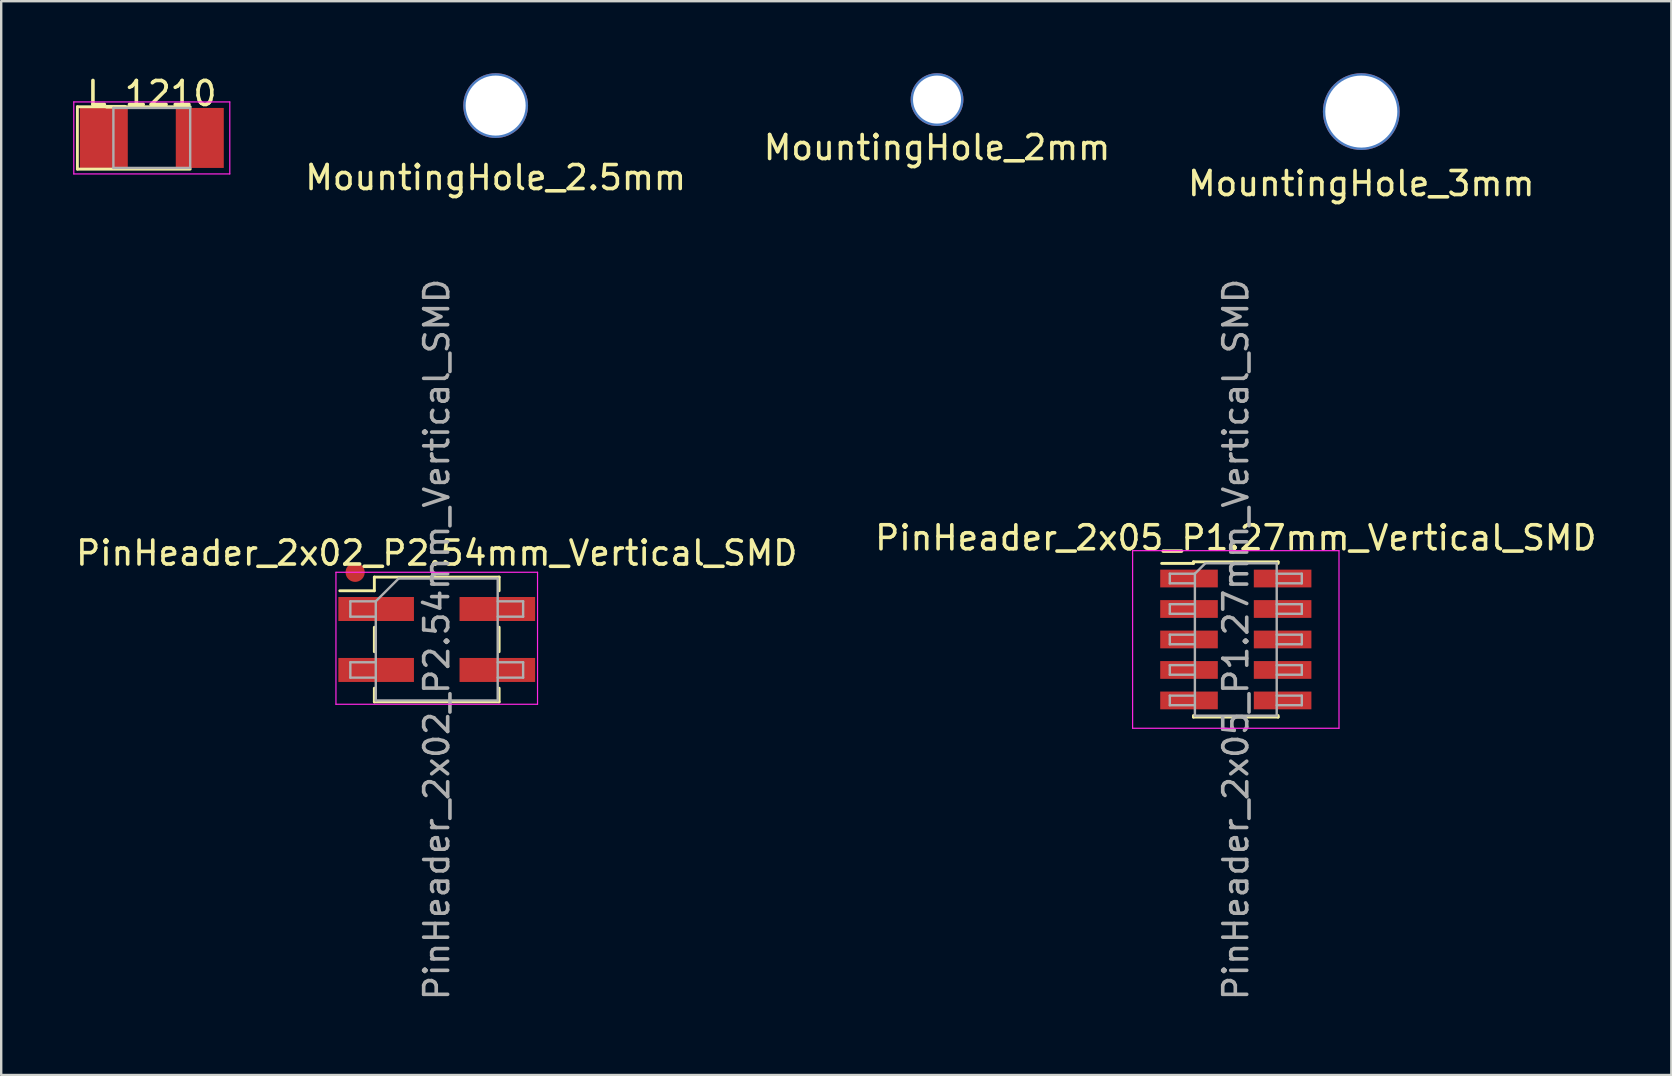
<source format=kicad_pcb>
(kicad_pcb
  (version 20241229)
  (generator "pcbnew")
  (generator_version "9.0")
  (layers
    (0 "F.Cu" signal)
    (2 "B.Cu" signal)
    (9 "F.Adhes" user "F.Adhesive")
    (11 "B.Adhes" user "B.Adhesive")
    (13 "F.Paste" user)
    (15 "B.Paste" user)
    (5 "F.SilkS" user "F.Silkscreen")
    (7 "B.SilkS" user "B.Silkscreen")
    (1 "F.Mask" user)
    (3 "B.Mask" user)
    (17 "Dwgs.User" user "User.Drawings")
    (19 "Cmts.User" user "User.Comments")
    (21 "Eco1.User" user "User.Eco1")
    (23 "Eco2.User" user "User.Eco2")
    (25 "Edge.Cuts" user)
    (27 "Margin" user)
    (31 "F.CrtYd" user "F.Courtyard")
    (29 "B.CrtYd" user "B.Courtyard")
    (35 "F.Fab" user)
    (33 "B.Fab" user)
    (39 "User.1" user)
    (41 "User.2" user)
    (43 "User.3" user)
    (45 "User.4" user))
  (footprint "MountingHole_3mm"
    (layer "F.Cu")
    (at 53.675 1.6)
    (property "Reference" "MountingHole_3mm" (at 0 3 0) (layer "F.SilkS") (effects (font (size 1 1) (thickness 0.15))))
    (attr through_hole)
    (pad "" thru_hole circle (at 0 0) (size 3.2 3.2) (drill 3) (layers "*.Cu" "*.Mask")))
  (footprint "MountingHole_2mm"
    (layer "F.Cu")
    (at 35.996 1.1)
    (property "Reference" "MountingHole_2mm" (at 0 2 0) (layer "F.SilkS") (effects (font (size 1 1) (thickness 0.15))))
    (attr through_hole)
    (pad "" thru_hole circle (at 0 0) (size 2.2 2.2) (drill 2) (layers "*.Cu" "*.Mask")))
  (footprint "PinHeader_2x02_P2.54mm_Vertical_SMD"
    (layer "F.Cu")
    (at 15.149 23.597)
    (property "Reference" "PinHeader_2x02_P2.54mm_Vertical_SMD" (at 0 -3.6 0) (layer "F.SilkS") (effects (font (size 1 1) (thickness 0.15))))
    (attr smd)
    (fp_circle (center -3.4 -2.8) (end -3.1 -2.8) (stroke (width 0.2) (type solid)) (fill yes) (layer "F.Cu"))
    (fp_line (start -4.04 -2.03) (end -2.6 -2.03) (stroke (width 0.12) (type solid)) (layer "F.SilkS"))
    (fp_line (start -2.6 -2.6) (end -2.6 -2.03) (stroke (width 0.12) (type solid)) (layer "F.SilkS"))
    (fp_line (start -2.6 -2.6) (end 2.6 -2.6) (stroke (width 0.12) (type solid)) (layer "F.SilkS"))
    (fp_line (start -2.6 -0.51) (end -2.6 0.51) (stroke (width 0.12) (type solid)) (layer "F.SilkS"))
    (fp_line (start -2.6 2.03) (end -2.6 2.6) (stroke (width 0.12) (type solid)) (layer "F.SilkS"))
    (fp_line (start -2.6 2.6) (end 2.6 2.6) (stroke (width 0.12) (type solid)) (layer "F.SilkS"))
    (fp_line (start 2.6 -2.6) (end 2.6 -2.03) (stroke (width 0.12) (type solid)) (layer "F.SilkS"))
    (fp_line (start 2.6 -0.51) (end 2.6 0.51) (stroke (width 0.12) (type solid)) (layer "F.SilkS"))
    (fp_line (start 2.6 2.03) (end 2.6 2.6) (stroke (width 0.12) (type solid)) (layer "F.SilkS"))
    (fp_line (start -4.2 -2.8) (end -4.2 2.7) (stroke (width 0.05) (type solid)) (layer "F.CrtYd"))
    (fp_line (start -4.2 2.7) (end 4.2 2.7) (stroke (width 0.05) (type solid)) (layer "F.CrtYd"))
    (fp_line (start 4.2 -2.8) (end -4.2 -2.8) (stroke (width 0.05) (type solid)) (layer "F.CrtYd"))
    (fp_line (start 4.2 2.7) (end 4.2 -2.8) (stroke (width 0.05) (type solid)) (layer "F.CrtYd"))
    (fp_line (start -3.6 -1.59) (end -3.6 -0.95) (stroke (width 0.1) (type solid)) (layer "F.Fab"))
    (fp_line (start -3.6 -0.95) (end -2.54 -0.95) (stroke (width 0.1) (type solid)) (layer "F.Fab"))
    (fp_line (start -3.6 0.95) (end -3.6 1.59) (stroke (width 0.1) (type solid)) (layer "F.Fab"))
    (fp_line (start -3.6 1.59) (end -2.54 1.59) (stroke (width 0.1) (type solid)) (layer "F.Fab"))
    (fp_line (start -2.54 -1.59) (end -3.6 -1.59) (stroke (width 0.1) (type solid)) (layer "F.Fab"))
    (fp_line (start -2.54 -1.59) (end -1.59 -2.54) (stroke (width 0.1) (type solid)) (layer "F.Fab"))
    (fp_line (start -2.54 0.95) (end -3.6 0.95) (stroke (width 0.1) (type solid)) (layer "F.Fab"))
    (fp_line (start -2.54 2.54) (end -2.54 -1.59) (stroke (width 0.1) (type solid)) (layer "F.Fab"))
    (fp_line (start -1.59 -2.54) (end 2.54 -2.54) (stroke (width 0.1) (type solid)) (layer "F.Fab"))
    (fp_line (start 2.54 -2.54) (end 2.54 2.54) (stroke (width 0.1) (type solid)) (layer "F.Fab"))
    (fp_line (start 2.54 -1.59) (end 3.6 -1.59) (stroke (width 0.1) (type solid)) (layer "F.Fab"))
    (fp_line (start 2.54 0.95) (end 3.6 0.95) (stroke (width 0.1) (type solid)) (layer "F.Fab"))
    (fp_line (start 2.54 2.54) (end -2.54 2.54) (stroke (width 0.1) (type solid)) (layer "F.Fab"))
    (fp_line (start 3.6 -1.59) (end 3.6 -0.95) (stroke (width 0.1) (type solid)) (layer "F.Fab"))
    (fp_line (start 3.6 -0.95) (end 2.54 -0.95) (stroke (width 0.1) (type solid)) (layer "F.Fab"))
    (fp_line (start 3.6 0.95) (end 3.6 1.59) (stroke (width 0.1) (type solid)) (layer "F.Fab"))
    (fp_line (start 3.6 1.59) (end 2.54 1.59) (stroke (width 0.1) (type solid)) (layer "F.Fab"))
    (fp_text user "${REFERENCE}" (at 0 0 90) (layer "F.Fab") (effects (font (size 1 1) (thickness 0.15))))
    (pad "1" smd rect (at -2.525 -1.27) (size 3.15 1) (layers "F.Cu" "F.Mask" "F.Paste"))
    (pad "2" smd rect (at 2.525 -1.27) (size 3.15 1) (layers "F.Cu" "F.Mask" "F.Paste"))
    (pad "3" smd rect (at -2.525 1.27) (size 3.15 1) (layers "F.Cu" "F.Mask" "F.Paste"))
    (pad "4" smd rect (at 2.525 1.27) (size 3.15 1) (layers "F.Cu" "F.Mask" "F.Paste")))
  (footprint "L_1210"
    (layer "F.Cu")
    (at 3.275 2.698)
    (property "Reference" "L_1210" (at 0 -1.85 0) (layer "F.SilkS") (effects (font (size 1 1) (thickness 0.15))))
    (attr smd)
    (fp_line (start -3.1 -1.3) (end -3.1 1.3) (stroke (width 0.12) (type solid)) (layer "F.SilkS"))
    (fp_line (start -3.1 -1.3) (end 1.6 -1.3) (stroke (width 0.12) (type solid)) (layer "F.SilkS"))
    (fp_line (start -3.1 1.3) (end 1.6 1.3) (stroke (width 0.12) (type solid)) (layer "F.SilkS"))
    (fp_line (start -3.25 -1.5) (end -3.25 1.5) (stroke (width 0.05) (type solid)) (layer "F.CrtYd"))
    (fp_line (start -3.25 -1.5) (end 3.25 -1.5) (stroke (width 0.05) (type solid)) (layer "F.CrtYd"))
    (fp_line (start 3.25 1.5) (end -3.25 1.5) (stroke (width 0.05) (type solid)) (layer "F.CrtYd"))
    (fp_line (start 3.25 1.5) (end 3.25 -1.5) (stroke (width 0.05) (type solid)) (layer "F.CrtYd"))
    (fp_line (start -1.6 -1.25) (end 1.6 -1.25) (stroke (width 0.1) (type solid)) (layer "F.Fab"))
    (fp_line (start -1.6 1.25) (end -1.6 -1.25) (stroke (width 0.1) (type solid)) (layer "F.Fab"))
    (fp_line (start 1.6 -1.25) (end 1.6 1.25) (stroke (width 0.1) (type solid)) (layer "F.Fab"))
    (fp_line (start 1.6 1.25) (end -1.6 1.25) (stroke (width 0.1) (type solid)) (layer "F.Fab"))
    (pad "1" smd rect (at -2 0) (size 2 2.5) (layers "F.Cu" "F.Mask" "F.Paste"))
    (pad "2" smd rect (at 2 0) (size 2 2.5) (layers "F.Cu" "F.Mask" "F.Paste")))
  (footprint "MountingHole_2.5mm"
    (layer "F.Cu")
    (at 17.604 1.35)
    (property "Reference" "MountingHole_2.5mm" (at 0 3 0) (layer "F.SilkS") (effects (font (size 1 1) (thickness 0.15))))
    (attr through_hole)
    (pad "" thru_hole circle (at 0 0) (size 2.7 2.7) (drill 2.5) (layers "*.Cu" "*.Mask")))
  (footprint "PinHeader_2x05_P1.27mm_Vertical_SMD"
    (layer "F.Cu")
    (at 48.446 23.597)
    (property "Reference" "PinHeader_2x05_P1.27mm_Vertical_SMD" (at 0 -4.235 0) (layer "F.SilkS") (effects (font (size 1 1) (thickness 0.15))))
    (attr smd)
    (fp_line (start -3.09 -3.17) (end -1.765 -3.17) (stroke (width 0.12) (type solid)) (layer "F.SilkS"))
    (fp_line (start -1.765 -3.235) (end -1.765 -3.17) (stroke (width 0.12) (type solid)) (layer "F.SilkS"))
    (fp_line (start -1.765 -3.235) (end 1.765 -3.235) (stroke (width 0.12) (type solid)) (layer "F.SilkS"))
    (fp_line (start -1.765 3.17) (end -1.765 3.235) (stroke (width 0.12) (type solid)) (layer "F.SilkS"))
    (fp_line (start -1.765 3.235) (end 1.765 3.235) (stroke (width 0.12) (type solid)) (layer "F.SilkS"))
    (fp_line (start 1.765 -3.235) (end 1.765 -3.17) (stroke (width 0.12) (type solid)) (layer "F.SilkS"))
    (fp_line (start 1.765 3.17) (end 1.765 3.235) (stroke (width 0.12) (type solid)) (layer "F.SilkS"))
    (fp_line (start -4.3 -3.7) (end -4.3 3.7) (stroke (width 0.05) (type solid)) (layer "F.CrtYd"))
    (fp_line (start -4.3 3.7) (end 4.3 3.7) (stroke (width 0.05) (type solid)) (layer "F.CrtYd"))
    (fp_line (start 4.3 -3.7) (end -4.3 -3.7) (stroke (width 0.05) (type solid)) (layer "F.CrtYd"))
    (fp_line (start 4.3 3.7) (end 4.3 -3.7) (stroke (width 0.05) (type solid)) (layer "F.CrtYd"))
    (fp_line (start -2.75 -2.74) (end -2.75 -2.34) (stroke (width 0.1) (type solid)) (layer "F.Fab"))
    (fp_line (start -2.75 -2.34) (end -1.705 -2.34) (stroke (width 0.1) (type solid)) (layer "F.Fab"))
    (fp_line (start -2.75 -1.47) (end -2.75 -1.07) (stroke (width 0.1) (type solid)) (layer "F.Fab"))
    (fp_line (start -2.75 -1.07) (end -1.705 -1.07) (stroke (width 0.1) (type solid)) (layer "F.Fab"))
    (fp_line (start -2.75 -0.2) (end -2.75 0.2) (stroke (width 0.1) (type solid)) (layer "F.Fab"))
    (fp_line (start -2.75 0.2) (end -1.705 0.2) (stroke (width 0.1) (type solid)) (layer "F.Fab"))
    (fp_line (start -2.75 1.07) (end -2.75 1.47) (stroke (width 0.1) (type solid)) (layer "F.Fab"))
    (fp_line (start -2.75 1.47) (end -1.705 1.47) (stroke (width 0.1) (type solid)) (layer "F.Fab"))
    (fp_line (start -2.75 2.34) (end -2.75 2.74) (stroke (width 0.1) (type solid)) (layer "F.Fab"))
    (fp_line (start -2.75 2.74) (end -1.705 2.74) (stroke (width 0.1) (type solid)) (layer "F.Fab"))
    (fp_line (start -1.705 -2.74) (end -2.75 -2.74) (stroke (width 0.1) (type solid)) (layer "F.Fab"))
    (fp_line (start -1.705 -2.74) (end -1.27 -3.175) (stroke (width 0.1) (type solid)) (layer "F.Fab"))
    (fp_line (start -1.705 -1.47) (end -2.75 -1.47) (stroke (width 0.1) (type solid)) (layer "F.Fab"))
    (fp_line (start -1.705 -0.2) (end -2.75 -0.2) (stroke (width 0.1) (type solid)) (layer "F.Fab"))
    (fp_line (start -1.705 1.07) (end -2.75 1.07) (stroke (width 0.1) (type solid)) (layer "F.Fab"))
    (fp_line (start -1.705 2.34) (end -2.75 2.34) (stroke (width 0.1) (type solid)) (layer "F.Fab"))
    (fp_line (start -1.705 3.175) (end -1.705 -2.74) (stroke (width 0.1) (type solid)) (layer "F.Fab"))
    (fp_line (start -1.27 -3.175) (end 1.705 -3.175) (stroke (width 0.1) (type solid)) (layer "F.Fab"))
    (fp_line (start 1.705 -3.175) (end 1.705 3.175) (stroke (width 0.1) (type solid)) (layer "F.Fab"))
    (fp_line (start 1.705 -2.74) (end 2.75 -2.74) (stroke (width 0.1) (type solid)) (layer "F.Fab"))
    (fp_line (start 1.705 -1.47) (end 2.75 -1.47) (stroke (width 0.1) (type solid)) (layer "F.Fab"))
    (fp_line (start 1.705 -0.2) (end 2.75 -0.2) (stroke (width 0.1) (type solid)) (layer "F.Fab"))
    (fp_line (start 1.705 1.07) (end 2.75 1.07) (stroke (width 0.1) (type solid)) (layer "F.Fab"))
    (fp_line (start 1.705 2.34) (end 2.75 2.34) (stroke (width 0.1) (type solid)) (layer "F.Fab"))
    (fp_line (start 1.705 3.175) (end -1.705 3.175) (stroke (width 0.1) (type solid)) (layer "F.Fab"))
    (fp_line (start 2.75 -2.74) (end 2.75 -2.34) (stroke (width 0.1) (type solid)) (layer "F.Fab"))
    (fp_line (start 2.75 -2.34) (end 1.705 -2.34) (stroke (width 0.1) (type solid)) (layer "F.Fab"))
    (fp_line (start 2.75 -1.47) (end 2.75 -1.07) (stroke (width 0.1) (type solid)) (layer "F.Fab"))
    (fp_line (start 2.75 -1.07) (end 1.705 -1.07) (stroke (width 0.1) (type solid)) (layer "F.Fab"))
    (fp_line (start 2.75 -0.2) (end 2.75 0.2) (stroke (width 0.1) (type solid)) (layer "F.Fab"))
    (fp_line (start 2.75 0.2) (end 1.705 0.2) (stroke (width 0.1) (type solid)) (layer "F.Fab"))
    (fp_line (start 2.75 1.07) (end 2.75 1.47) (stroke (width 0.1) (type solid)) (layer "F.Fab"))
    (fp_line (start 2.75 1.47) (end 1.705 1.47) (stroke (width 0.1) (type solid)) (layer "F.Fab"))
    (fp_line (start 2.75 2.34) (end 2.75 2.74) (stroke (width 0.1) (type solid)) (layer "F.Fab"))
    (fp_line (start 2.75 2.74) (end 1.705 2.74) (stroke (width 0.1) (type solid)) (layer "F.Fab"))
    (fp_text user "${REFERENCE}" (at 0 0 90) (layer "F.Fab") (effects (font (size 1 1) (thickness 0.15))))
    (pad "1" smd rect (at -1.95 -2.54) (size 2.4 0.74) (layers "F.Cu" "F.Mask" "F.Paste"))
    (pad "2" smd rect (at 1.95 -2.54) (size 2.4 0.74) (layers "F.Cu" "F.Mask" "F.Paste"))
    (pad "3" smd rect (at -1.95 -1.27) (size 2.4 0.74) (layers "F.Cu" "F.Mask" "F.Paste"))
    (pad "4" smd rect (at 1.95 -1.27) (size 2.4 0.74) (layers "F.Cu" "F.Mask" "F.Paste"))
    (pad "5" smd rect (at -1.95 0) (size 2.4 0.74) (layers "F.Cu" "F.Mask" "F.Paste"))
    (pad "6" smd rect (at 1.95 0) (size 2.4 0.74) (layers "F.Cu" "F.Mask" "F.Paste"))
    (pad "7" smd rect (at -1.95 1.27) (size 2.4 0.74) (layers "F.Cu" "F.Mask" "F.Paste"))
    (pad "8" smd rect (at 1.95 1.27) (size 2.4 0.74) (layers "F.Cu" "F.Mask" "F.Paste"))
    (pad "9" smd rect (at -1.95 2.54) (size 2.4 0.74) (layers "F.Cu" "F.Mask" "F.Paste"))
    (pad "10" smd rect (at 1.95 2.54) (size 2.4 0.74) (layers "F.Cu" "F.Mask" "F.Paste")))
  (gr_rect
    (start -3 -3)
    (end 66.595 41.746)
    (stroke (width 0.1) (type default))
    (fill no)
    (layer "Edge.Cuts")))
</source>
